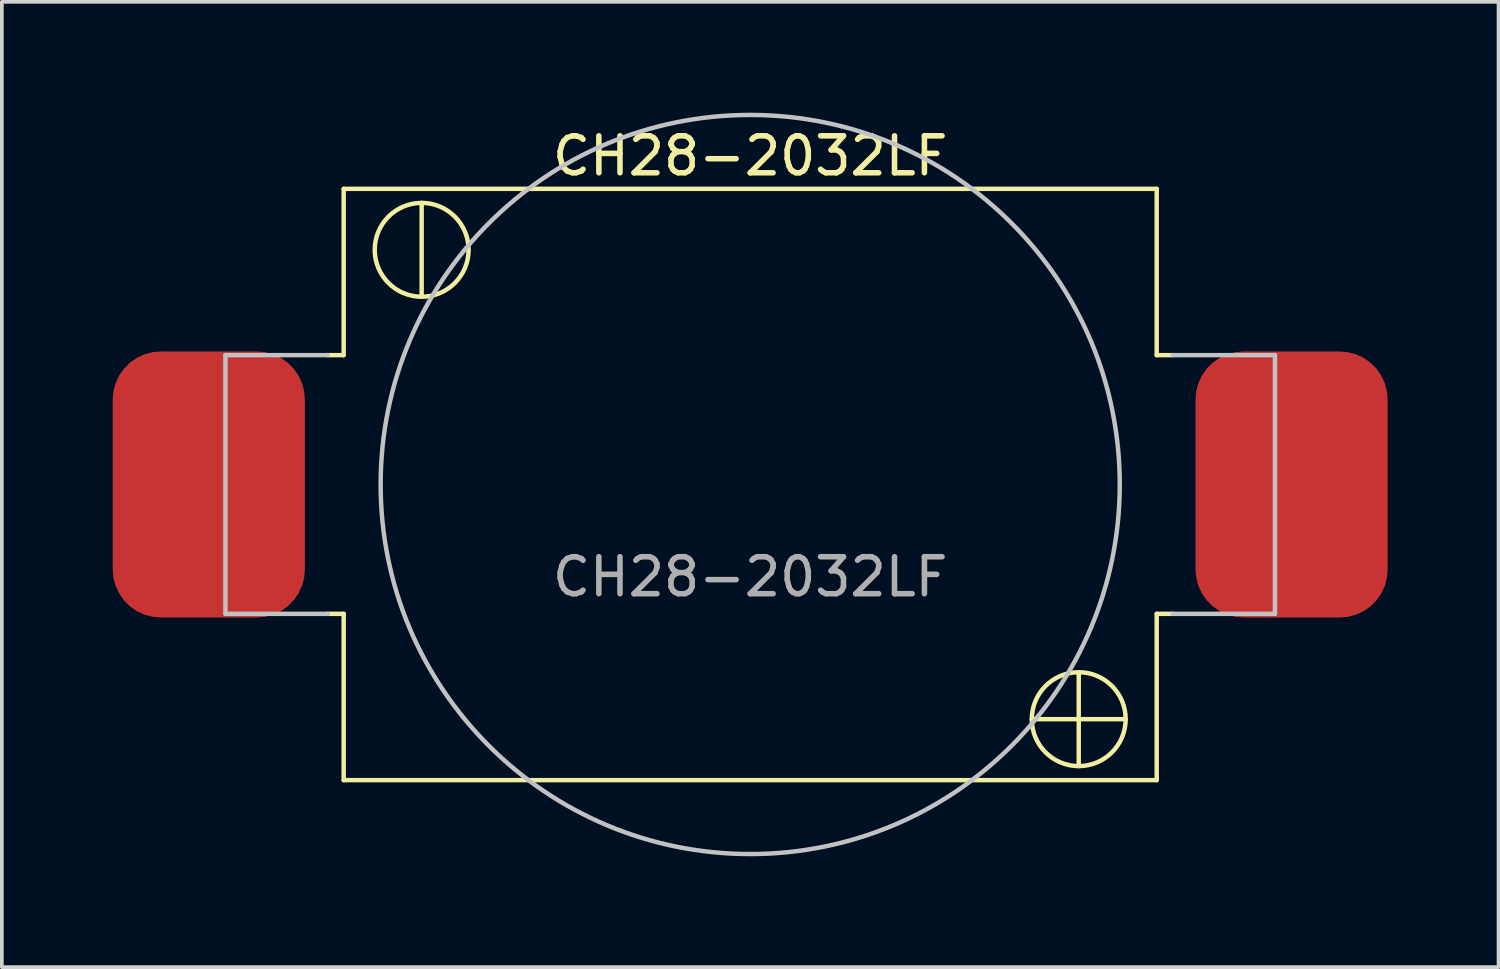
<source format=kicad_pcb>
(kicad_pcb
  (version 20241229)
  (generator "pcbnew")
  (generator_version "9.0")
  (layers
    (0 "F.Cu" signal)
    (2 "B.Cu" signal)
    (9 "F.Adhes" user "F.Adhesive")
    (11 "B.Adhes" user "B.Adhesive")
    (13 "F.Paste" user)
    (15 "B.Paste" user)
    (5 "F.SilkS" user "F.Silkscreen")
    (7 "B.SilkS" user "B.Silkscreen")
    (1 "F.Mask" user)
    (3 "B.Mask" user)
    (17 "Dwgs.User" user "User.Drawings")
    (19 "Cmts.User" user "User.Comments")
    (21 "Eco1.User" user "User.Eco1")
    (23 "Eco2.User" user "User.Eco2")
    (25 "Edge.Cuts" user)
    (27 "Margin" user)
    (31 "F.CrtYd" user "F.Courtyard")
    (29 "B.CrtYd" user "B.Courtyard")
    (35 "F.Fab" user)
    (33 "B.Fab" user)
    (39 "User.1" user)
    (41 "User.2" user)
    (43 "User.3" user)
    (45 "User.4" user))
  (footprint "CH28-2032LF"
    (layer "F.Cu")
    (at 17.25 10.06)
    (property "Reference" "CH28-2032LF" (at 0 -8.89 0) (unlocked yes) (layer "F.SilkS") (effects (font (size 1 1) (thickness 0.15))))
    (attr smd)
    (fp_line (start -11 -8) (end 11 -8) (stroke (width 0.12) (type solid)) (layer "F.SilkS"))
    (fp_line (start -11 -3.5) (end -11.43 -3.5) (stroke (width 0.12) (type solid)) (layer "F.SilkS"))
    (fp_line (start -11 -3.5) (end -11 -8) (stroke (width 0.12) (type solid)) (layer "F.SilkS"))
    (fp_line (start -11 3.5) (end -11.43 3.5) (stroke (width 0.12) (type solid)) (layer "F.SilkS"))
    (fp_line (start -11 8) (end -11 3.5) (stroke (width 0.12) (type solid)) (layer "F.SilkS"))
    (fp_line (start -8.89 -7.62) (end -8.89 -5.08) (stroke (width 0.12) (type solid)) (layer "F.SilkS"))
    (fp_line (start 7.62 6.35) (end 10.16 6.35) (stroke (width 0.12) (type solid)) (layer "F.SilkS"))
    (fp_line (start 8.89 5.08) (end 8.89 7.62) (stroke (width 0.12) (type solid)) (layer "F.SilkS"))
    (fp_line (start 11 -8) (end 11 -3.5) (stroke (width 0.12) (type solid)) (layer "F.SilkS"))
    (fp_line (start 11 -3.5) (end 11.43 -3.5) (stroke (width 0.12) (type solid)) (layer "F.SilkS"))
    (fp_line (start 11 3.5) (end 11 8) (stroke (width 0.12) (type solid)) (layer "F.SilkS"))
    (fp_line (start 11 3.5) (end 11.43 3.5) (stroke (width 0.12) (type solid)) (layer "F.SilkS"))
    (fp_line (start 11 8) (end -11 8) (stroke (width 0.12) (type solid)) (layer "F.SilkS"))
    (fp_circle (center -8.89 -6.35) (end -7.62 -6.35) (stroke (width 0.12) (type solid)) (fill no) (layer "F.SilkS"))
    (fp_circle (center 8.89 6.35) (end 10.16 6.35) (stroke (width 0.12) (type solid)) (fill no) (layer "F.SilkS"))
    (fp_line (start -14.2 -3.5) (end -14.2 3.5) (stroke (width 0.12) (type solid)) (layer "Dwgs.User"))
    (fp_line (start -14.2 3.5) (end -11.43 3.5) (stroke (width 0.12) (type solid)) (layer "Dwgs.User"))
    (fp_line (start -11.43 -3.5) (end -14.2 -3.5) (stroke (width 0.12) (type solid)) (layer "Dwgs.User"))
    (fp_line (start 11.43 3.5) (end 14.2 3.5) (stroke (width 0.12) (type solid)) (layer "Dwgs.User"))
    (fp_line (start 14.2 -3.5) (end 11.43 -3.5) (stroke (width 0.12) (type solid)) (layer "Dwgs.User"))
    (fp_line (start 14.2 3.5) (end 14.2 -3.5) (stroke (width 0.12) (type solid)) (layer "Dwgs.User"))
    (fp_circle (center 0 0) (end 10 0) (stroke (width 0.12) (type solid)) (fill no) (layer "Dwgs.User"))
    (fp_text user "${REFERENCE}" (at 0 2.5 0) (unlocked yes) (layer "F.Fab") (effects (font (size 1 1) (thickness 0.15))))
    (pad "1" smd roundrect (at 14.65 0) (size 5.2 7.2) (layers "F.Cu" "F.Mask" "F.Paste") (roundrect_rratio 0.25))
    (pad "2" smd roundrect (at -14.65 0) (size 5.2 7.2) (layers "F.Cu" "F.Mask" "F.Paste") (roundrect_rratio 0.25)))
  (gr_rect
    (start -3 -3)
    (end 37.5 23.12)
    (stroke (width 0.1) (type default))
    (fill no)
    (layer "Edge.Cuts")))
</source>
